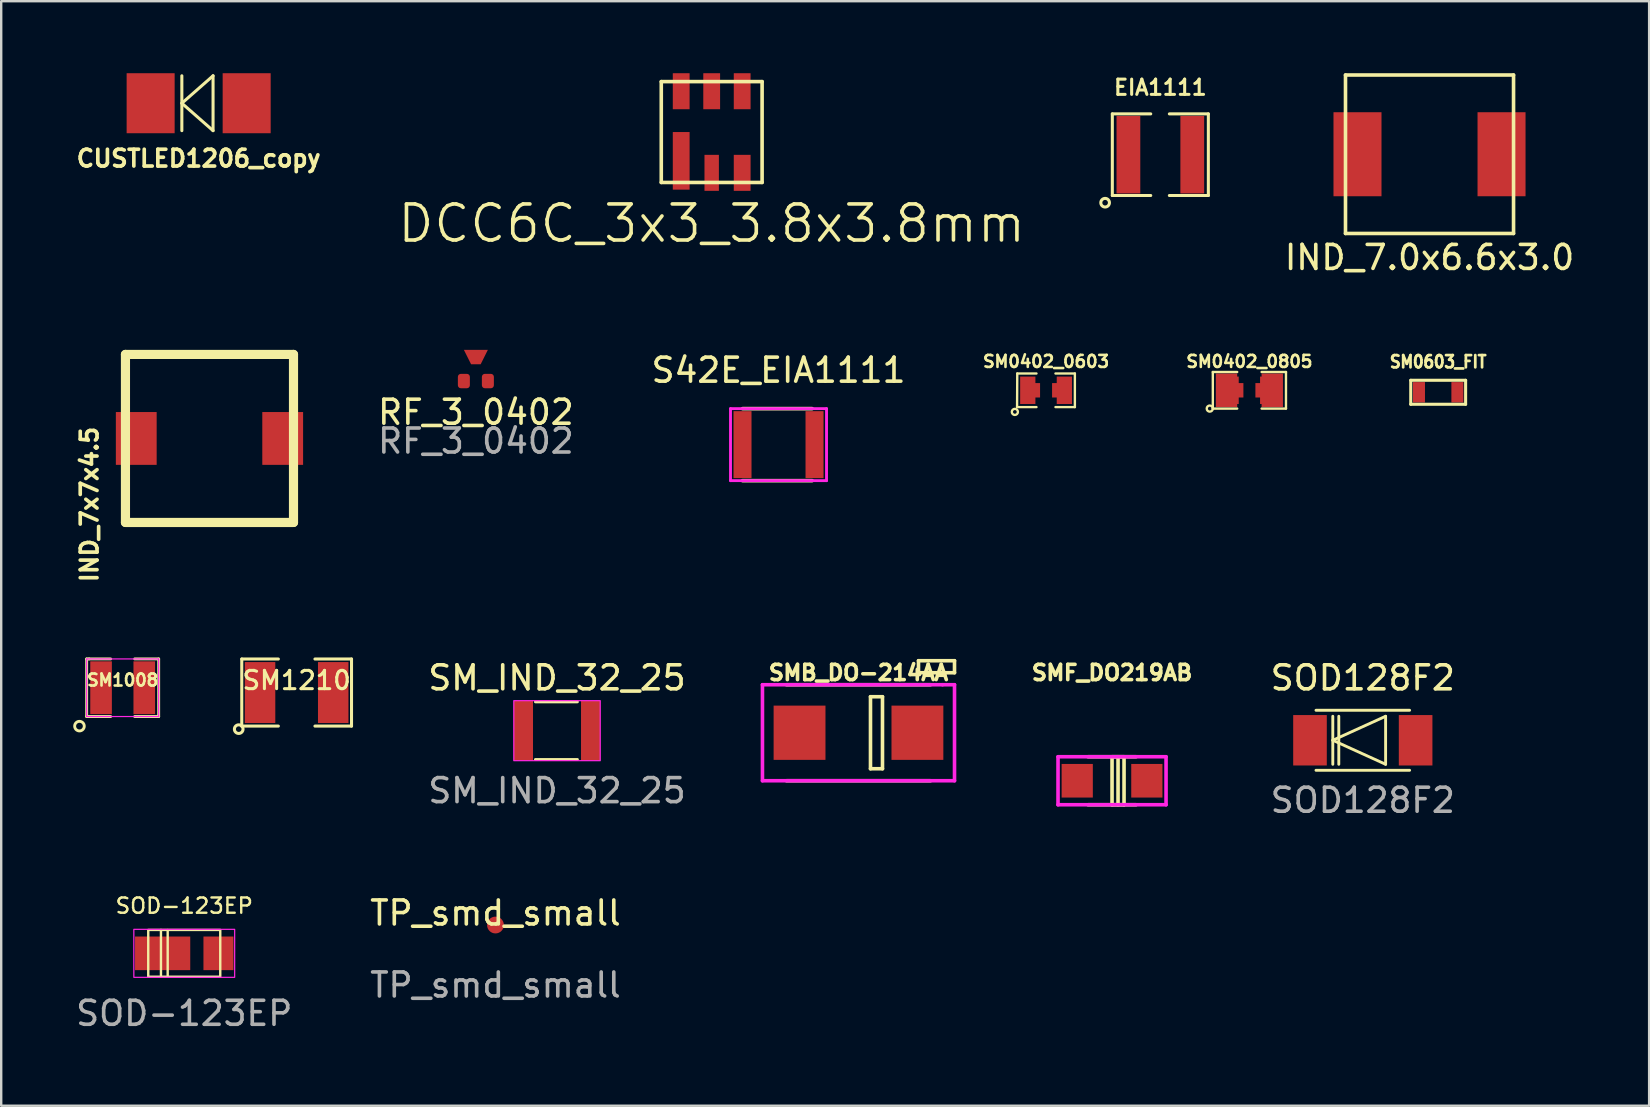
<source format=kicad_pcb>
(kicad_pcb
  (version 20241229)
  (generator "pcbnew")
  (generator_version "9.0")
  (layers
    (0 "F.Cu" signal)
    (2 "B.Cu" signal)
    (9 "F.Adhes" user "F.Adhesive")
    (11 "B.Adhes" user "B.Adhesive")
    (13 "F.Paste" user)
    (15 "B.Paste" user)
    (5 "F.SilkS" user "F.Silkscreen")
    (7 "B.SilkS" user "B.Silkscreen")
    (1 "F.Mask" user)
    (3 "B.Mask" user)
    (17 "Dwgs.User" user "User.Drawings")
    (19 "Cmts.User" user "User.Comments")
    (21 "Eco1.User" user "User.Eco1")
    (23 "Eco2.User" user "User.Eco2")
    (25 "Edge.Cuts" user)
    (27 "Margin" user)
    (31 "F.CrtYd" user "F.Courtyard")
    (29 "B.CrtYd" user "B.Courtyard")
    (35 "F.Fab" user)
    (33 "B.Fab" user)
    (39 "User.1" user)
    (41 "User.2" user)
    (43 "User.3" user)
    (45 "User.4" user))
  (footprint "EIA1111"
    (layer "F.Cu")
    (at 45.285 3.394)
    (property "Reference" "EIA1111" (at 0 -2.8 0) (layer "F.SilkS") (effects (font (size 0.635 0.635) (thickness 0.127))))
    (attr smd)
    (fp_line (start -2 -1.7) (end -2 1.7) (stroke (width 0.127) (type solid)) (layer "F.SilkS"))
    (fp_line (start -2 1.7) (end -0.4 1.7) (stroke (width 0.127) (type solid)) (layer "F.SilkS"))
    (fp_line (start -0.4 -1.7) (end -2 -1.7) (stroke (width 0.127) (type solid)) (layer "F.SilkS"))
    (fp_line (start 0.376 1.7) (end 2 1.7) (stroke (width 0.127) (type solid)) (layer "F.SilkS"))
    (fp_line (start 2 -1.7) (end 0.376 -1.7) (stroke (width 0.127) (type solid)) (layer "F.SilkS"))
    (fp_line (start 2 1.7) (end 2 -1.7) (stroke (width 0.127) (type solid)) (layer "F.SilkS"))
    (fp_circle (center -2.3 2) (end -2.173 1.873) (stroke (width 0.127) (type solid)) (fill no) (layer "F.SilkS"))
    (pad "1" smd rect (at -1.33 0) (size 0.99 3.23) (layers "F.Cu" "F.Mask" "F.Paste"))
    (pad "2" smd rect (at 1.33 0) (size 0.99 3.23) (layers "F.Cu" "F.Mask" "F.Paste")))
  (footprint "IND_7x7x4.5"
    (layer "F.Cu")
    (at 5.676 15.214)
    (property "Reference" "IND_7x7x4.5" (at -5 2.75 90) (layer "F.SilkS") (effects (font (size 0.7 0.7) (thickness 0.152))))
    (attr through_hole)
    (fp_line (start -3.5 -3.5) (end 3.5 -3.5) (stroke (width 0.381) (type solid)) (layer "F.SilkS"))
    (fp_line (start -3.5 3.5) (end -3.5 -3.5) (stroke (width 0.381) (type solid)) (layer "F.SilkS"))
    (fp_line (start 3.5 -3.5) (end 3.5 3.5) (stroke (width 0.381) (type solid)) (layer "F.SilkS"))
    (fp_line (start 3.5 3.5) (end -3.5 3.5) (stroke (width 0.381) (type solid)) (layer "F.SilkS"))
    (pad "1" smd rect (at -3.05 0) (size 1.7 2.2) (layers "F.Cu" "F.Mask" "F.Paste"))
    (pad "2" smd rect (at 3.05 0) (size 1.7 2.2) (layers "F.Cu" "F.Mask" "F.Paste")))
  (footprint "SM1210"
    (layer "F.Cu")
    (at 9.307 25.799)
    (property "Reference" "SM1210" (at 0 -0.508 0) (layer "F.SilkS") (effects (font (size 0.762 0.762) (thickness 0.127))))
    (attr smd)
    (fp_line (start -2.286 -1.397) (end -2.286 1.397) (stroke (width 0.127) (type solid)) (layer "F.SilkS"))
    (fp_line (start -2.286 1.397) (end -0.762 1.397) (stroke (width 0.127) (type solid)) (layer "F.SilkS"))
    (fp_line (start -0.762 -1.397) (end -2.286 -1.397) (stroke (width 0.127) (type solid)) (layer "F.SilkS"))
    (fp_line (start 0.762 1.397) (end 2.286 1.397) (stroke (width 0.127) (type solid)) (layer "F.SilkS"))
    (fp_line (start 2.286 -1.397) (end 0.762 -1.397) (stroke (width 0.127) (type solid)) (layer "F.SilkS"))
    (fp_line (start 2.286 1.397) (end 2.286 -1.397) (stroke (width 0.127) (type solid)) (layer "F.SilkS"))
    (fp_circle (center -2.413 1.524) (end -2.286 1.397) (stroke (width 0.127) (type solid)) (fill no) (layer "F.SilkS"))
    (pad "1" smd rect (at -1.524 0) (size 1.27 2.54) (layers "F.Cu" "F.Mask" "F.Paste"))
    (pad "2" smd rect (at 1.524 0) (size 1.27 2.54) (layers "F.Cu" "F.Mask" "F.Paste")))
  (footprint "SOD−123EP"
    (layer "F.Cu")
    (at 4.625 36.662)
    (property "Reference" "SOD−123EP" (at 0 -1.98 0) (unlocked yes) (layer "F.SilkS") (effects (font (size 0.635 0.635) (thickness 0.1))))
    (attr smd)
    (fp_line (start -0.97 -0.975) (end -0.97 0.96) (stroke (width 0.1) (type default)) (layer "F.SilkS"))
    (fp_line (start -0.69 -0.97) (end -0.69 0.97) (stroke (width 0.1) (type default)) (layer "F.SilkS"))
    (fp_rect (start -1.5 -0.975) (end 1.5 0.975) (stroke (width 0.1) (type solid)) (fill no) (layer "F.SilkS"))
    (fp_rect (start -2.1 -1) (end 2.1 1) (stroke (width 0.05) (type solid)) (fill no) (layer "F.CrtYd"))
    (fp_text user "${REFERENCE}" (at 0 2.5 0) (unlocked yes) (layer "F.Fab") (effects (font (size 1 1) (thickness 0.15))))
    (pad "A" smd rect (at 1.425 0) (size 1.25 1.4) (layers "F.Cu" "F.Mask" "F.Paste"))
    (pad "K" smd rect (at -0.9 0) (size 2.3 1.4) (layers "F.Cu" "F.Mask" "F.Paste")))
  (footprint "RF_3_0402"
    (layer "F.Cu")
    (at 16.773 12.823)
    (property "Reference" "RF_3_0402" (at 0 1.3 0) (unlocked yes) (layer "F.SilkS") (effects (font (size 1 1) (thickness 0.15))))
    (attr smd)
    (fp_text user "${REFERENCE}" (at 0 2.5 0) (unlocked yes) (layer "F.Fab") (effects (font (size 1 1) (thickness 0.15))))
    (pad "1" smd roundrect (at -0.5 0) (size 0.5 0.6) (layers "F.Cu" "F.Mask" "F.Paste") (roundrect_rratio 0.25))
    (pad "2" smd roundrect (at 0.5 0) (size 0.5 0.6) (layers "F.Cu" "F.Mask" "F.Paste") (roundrect_rratio 0.25))
    (pad "3" smd trapezoid (at 0 -1) (size 0.7 0.6) (rect_delta 0 -0.3) (layers "F.Cu" "F.Mask" "F.Paste")))
  (footprint "SM1008"
    (layer "F.Cu")
    (at 2.06 25.598)
    (property "Reference" "SM1008" (at 0 -0.318 0) (layer "F.SilkS") (effects (font (size 0.5 0.5) (thickness 0.109))))
    (attr smd)
    (fp_line (start -1.5 -1.2) (end -1.5 1.2) (stroke (width 0.12) (type solid)) (layer "F.SilkS"))
    (fp_line (start -1.5 1.2) (end -0.5 1.2) (stroke (width 0.12) (type solid)) (layer "F.SilkS"))
    (fp_line (start -1.4 -1.2) (end -1.5 -1.2) (stroke (width 0.12) (type solid)) (layer "F.SilkS"))
    (fp_line (start -0.5 -1.2) (end -1.4 -1.2) (stroke (width 0.12) (type solid)) (layer "F.SilkS"))
    (fp_line (start 0.5 -1.2) (end 1.5 -1.2) (stroke (width 0.12) (type solid)) (layer "F.SilkS"))
    (fp_line (start 0.5 1.2) (end 1.5 1.2) (stroke (width 0.12) (type solid)) (layer "F.SilkS"))
    (fp_line (start 1.5 -1.2) (end 1.5 1.2) (stroke (width 0.12) (type solid)) (layer "F.SilkS"))
    (fp_circle (center -1.8 1.6) (end -1.6 1.6) (stroke (width 0.12) (type solid)) (fill no) (layer "F.SilkS"))
    (fp_line (start -1.5 -1.2) (end 1.5 -1.2) (stroke (width 0.05) (type solid)) (layer "F.CrtYd"))
    (fp_line (start -1.5 1.2) (end -1.5 -1.2) (stroke (width 0.05) (type solid)) (layer "F.CrtYd"))
    (fp_line (start 1.5 -1.2) (end 1.5 1.2) (stroke (width 0.05) (type solid)) (layer "F.CrtYd"))
    (fp_line (start 1.5 1.2) (end -1.5 1.2) (stroke (width 0.05) (type solid)) (layer "F.CrtYd"))
    (pad "1" smd rect (at -0.9 0) (size 0.9 2.2) (layers "F.Cu" "F.Mask" "F.Paste"))
    (pad "2" smd rect (at 0.9 0) (size 0.9 2.2) (layers "F.Cu" "F.Mask" "F.Paste")))
  (footprint "SM0402_0603"
    (layer "F.Cu")
    (at 40.525 13.208)
    (property "Reference" "SM0402_0603" (at 0 -1.2 0) (layer "F.SilkS") (effects (font (size 0.5 0.5) (thickness 0.109))))
    (attr smd)
    (fp_line (start -1.208 0.7) (end -1.2 -0.7) (stroke (width 0.099) (type solid)) (layer "F.SilkS"))
    (fp_line (start -1.2 -0.7) (end -0.4 -0.7) (stroke (width 0.099) (type solid)) (layer "F.SilkS"))
    (fp_line (start -0.4 0.7) (end -1.208 0.7) (stroke (width 0.099) (type solid)) (layer "F.SilkS"))
    (fp_line (start 0.392 -0.7) (end 1.2 -0.7) (stroke (width 0.099) (type solid)) (layer "F.SilkS"))
    (fp_line (start 1.2 -0.7) (end 1.2 0.7) (stroke (width 0.099) (type solid)) (layer "F.SilkS"))
    (fp_line (start 1.2 0.7) (end 0.392 0.7) (stroke (width 0.099) (type solid)) (layer "F.SilkS"))
    (fp_circle (center -1.3 0.9) (end -1.3 0.773) (stroke (width 0.099) (type solid)) (fill no) (layer "F.SilkS"))
    (pad "1" smd rect (at -0.762 0) (size 0.635 1.143) (layers "F.Cu" "F.Mask" "F.Paste"))
    (pad "1" smd rect (at -0.5 0) (size 0.5 0.6) (layers "F.Cu" "F.Mask" "F.Paste"))
    (pad "2" smd rect (at 0.5 0) (size 0.5 0.6) (layers "F.Cu" "F.Mask" "F.Paste"))
    (pad "2" smd rect (at 0.762 0) (size 0.635 1.143) (layers "F.Cu" "F.Mask" "F.Paste")))
  (footprint "SOD128F2"
    (layer "F.Cu")
    (at 53.719 27.787)
    (property "Reference" "SOD128F2" (at 0 -2.6 0) (unlocked yes) (layer "F.SilkS") (effects (font (size 1 1) (thickness 0.15))))
    (attr smd)
    (fp_line (start -1.95 -1.25) (end 1.95 -1.25) (stroke (width 0.12) (type default)) (layer "F.SilkS"))
    (fp_line (start -1.95 1.25) (end 1.95 1.25) (stroke (width 0.12) (type default)) (layer "F.SilkS"))
    (fp_line (start -1.25 -1) (end -1.25 1) (stroke (width 0.12) (type default)) (layer "F.SilkS"))
    (fp_line (start -1.25 0) (end 0.95 -1) (stroke (width 0.12) (type default)) (layer "F.SilkS"))
    (fp_line (start -1 -1) (end -1 1) (stroke (width 0.12) (type default)) (layer "F.SilkS"))
    (fp_line (start 0.95 -1) (end 0.95 1) (stroke (width 0.12) (type default)) (layer "F.SilkS"))
    (fp_line (start 0.95 1) (end -1.25 0) (stroke (width 0.12) (type default)) (layer "F.SilkS"))
    (fp_text user "${REFERENCE}" (at 0 2.5 0) (unlocked yes) (layer "F.Fab") (effects (font (size 1 1) (thickness 0.15))))
    (pad "A" smd rect (at 2.2 0) (size 1.4 2.1) (layers "F.Cu" "F.Mask" "F.Paste"))
    (pad "K" smd rect (at -2.2 0) (size 1.4 2.1) (layers "F.Cu" "F.Mask" "F.Paste")))
  (footprint "DCC6C_3x3_3.8x3.8mm"
    (layer "F.Cu")
    (at 26.596 2.45)
    (property "Reference" "DCC6C_3x3_3.8x3.8mm" (at 0 3.81 0) (layer "F.SilkS") (effects (font (size 1.5 1.5) (thickness 0.15))))
    (attr through_hole)
    (fp_line (start -2.1 -2.1) (end 2.1 -2.1) (stroke (width 0.15) (type solid)) (layer "F.SilkS"))
    (fp_line (start -2.1 2.1) (end -2.1 -2.1) (stroke (width 0.15) (type solid)) (layer "F.SilkS"))
    (fp_line (start 2.1 -2.1) (end 2.1 2.1) (stroke (width 0.15) (type solid)) (layer "F.SilkS"))
    (fp_line (start 2.1 2.1) (end -2.1 2.1) (stroke (width 0.15) (type solid)) (layer "F.SilkS"))
    (pad "1" smd rect (at -1.27 1.2) (size 0.7 2.4) (layers "F.Cu" "F.Mask" "F.Paste"))
    (pad "2" smd rect (at 0 1.7) (size 0.6 1.5) (layers "F.Cu" "F.Mask" "F.Paste"))
    (pad "3" smd rect (at 1.27 1.7) (size 0.7 1.5) (layers "F.Cu" "F.Mask" "F.Paste"))
    (pad "4" smd rect (at 1.27 -1.7) (size 0.7 1.5) (layers "F.Cu" "F.Mask" "F.Paste"))
    (pad "5" smd rect (at 0 -1.7) (size 0.7 1.5) (layers "F.Cu" "F.Mask" "F.Paste"))
    (pad "6" smd rect (at -1.27 -1.7) (size 0.7 1.5) (layers "F.Cu" "F.Mask" "F.Paste")))
  (footprint "IND_7.0x6.6x3.0"
    (layer "F.Cu")
    (at 56.498 3.375)
    (property "Reference" "IND_7.0x6.6x3.0" (at 0 4.3 0) (layer "F.SilkS") (effects (font (size 1 1) (thickness 0.15))))
    (attr through_hole)
    (fp_line (start -3.5 -3.3) (end -3.5 3.3) (stroke (width 0.15) (type solid)) (layer "F.SilkS"))
    (fp_line (start -3.5 -3.3) (end 3.5 -3.3) (stroke (width 0.15) (type solid)) (layer "F.SilkS"))
    (fp_line (start -3.5 3.3) (end 3.5 3.3) (stroke (width 0.15) (type solid)) (layer "F.SilkS"))
    (fp_line (start 3.5 -3.3) (end 3.5 3.3) (stroke (width 0.15) (type solid)) (layer "F.SilkS"))
    (pad "1" smd rect (at -3 0) (size 2 3.5) (layers "F.Cu" "F.Mask" "F.Paste"))
    (pad "2" smd rect (at 3 0) (size 2 3.5) (layers "F.Cu" "F.Mask" "F.Paste")))
  (footprint "CUSTLED1206_copy"
    (layer "F.Cu")
    (at 5.225 1.25)
    (property "Reference" "CUSTLED1206_copy" (at 0 2.3 180) (layer "F.SilkS") (effects (font (size 0.7 0.7) (thickness 0.152))))
    (attr smd)
    (fp_line (start -0.7 -1.143) (end -0.7 1.143) (stroke (width 0.127) (type solid)) (layer "F.SilkS"))
    (fp_line (start -0.7 0) (end 0.6 -1.143) (stroke (width 0.127) (type solid)) (layer "F.SilkS"))
    (fp_line (start 0.6 -1.143) (end 0.6 1.143) (stroke (width 0.127) (type solid)) (layer "F.SilkS"))
    (fp_line (start 0.6 1.143) (end -0.7 0) (stroke (width 0.127) (type solid)) (layer "F.SilkS"))
    (pad "1" smd rect (at -2 0) (size 2 2.5) (layers "F.Cu" "F.Mask" "F.Paste"))
    (pad "2" smd rect (at 2 0) (size 2 2.5) (layers "F.Cu" "F.Mask" "F.Paste")))
  (footprint "TP_smd_small"
    (layer "F.Cu")
    (at 17.589 35.483)
    (property "Reference" "TP_smd_small" (at 0 -0.5 0) (unlocked yes) (layer "F.SilkS") (effects (font (size 1 1) (thickness 0.15))))
    (attr smd)
    (fp_text user "${REFERENCE}" (at 0 2.5 0) (unlocked yes) (layer "F.Fab") (effects (font (size 1 1) (thickness 0.15))))
    (pad "1" smd circle (at 0 0) (size 0.7 0.7) (layers "F.Cu" "F.Mask" "F.Paste")))
  (footprint "SMF_DO219AB"
    (layer "F.Cu")
    (at 43.273 29.473)
    (property "Reference" "SMF_DO219AB" (at 0 -4.5 0) (layer "F.SilkS") (effects (font (size 0.635 0.635) (thickness 0.15))))
    (attr through_hole)
    (fp_line (start -1 -1) (end 1 -1) (stroke (width 0.15) (type solid)) (layer "F.SilkS"))
    (fp_line (start -1 1) (end 1 1) (stroke (width 0.15) (type solid)) (layer "F.SilkS"))
    (fp_line (start 0 -1) (end 0.5 -1) (stroke (width 0.15) (type solid)) (layer "F.SilkS"))
    (fp_line (start 0 1) (end 0 -1) (stroke (width 0.15) (type solid)) (layer "F.SilkS"))
    (fp_line (start 0.25 -1) (end 0.25 1) (stroke (width 0.15) (type solid)) (layer "F.SilkS"))
    (fp_line (start 0.5 -1) (end 0.5 1) (stroke (width 0.15) (type solid)) (layer "F.SilkS"))
    (fp_line (start 0.5 1) (end 0 1) (stroke (width 0.15) (type solid)) (layer "F.SilkS"))
    (fp_line (start -2.25 -1) (end 2.25 -1) (stroke (width 0.15) (type solid)) (layer "F.CrtYd"))
    (fp_line (start -2.25 1) (end -2.25 -1) (stroke (width 0.15) (type solid)) (layer "F.CrtYd"))
    (fp_line (start 2.25 -1) (end 2.25 1) (stroke (width 0.15) (type solid)) (layer "F.CrtYd"))
    (fp_line (start 2.25 1) (end -2.25 1) (stroke (width 0.15) (type solid)) (layer "F.CrtYd"))
    (pad "A" smd rect (at -1.45 0) (size 1.3 1.4) (layers "F.Cu" "F.Mask" "F.Paste"))
    (pad "K" smd rect (at 1.45 0) (size 1.3 1.4) (layers "F.Cu" "F.Mask" "F.Paste")))
  (footprint "SM0603_FIT"
    (layer "F.Cu")
    (at 56.859 13.291)
    (property "Reference" "SM0603_FIT" (at 0 -1.27 0) (layer "F.SilkS") (effects (font (size 0.508 0.457) (thickness 0.114))))
    (attr smd)
    (fp_line (start -1.143 -0.5) (end 1.143 -0.5) (stroke (width 0.127) (type solid)) (layer "F.SilkS"))
    (fp_line (start -1.143 0.5) (end -1.143 -0.5) (stroke (width 0.127) (type solid)) (layer "F.SilkS"))
    (fp_line (start 1.143 -0.5) (end 1.143 0.5) (stroke (width 0.127) (type solid)) (layer "F.SilkS"))
    (fp_line (start 1.143 0.5) (end -1.143 0.5) (stroke (width 0.127) (type solid)) (layer "F.SilkS"))
    (pad "1" smd rect (at -0.8 0) (size 0.5 0.85) (layers "F.Cu" "F.Mask" "F.Paste"))
    (pad "2" smd rect (at 0.8 0) (size 0.5 0.85) (layers "F.Cu" "F.Mask" "F.Paste")))
  (footprint "SM_IND_32_25"
    (layer "F.Cu")
    (at 20.153 27.387)
    (property "Reference" "SM_IND_32_25" (at 0 -2.2 0) (unlocked yes) (layer "F.SilkS") (effects (font (size 1 1) (thickness 0.15))))
    (attr smd)
    (fp_line (start -0.9 -1.2) (end 0.85 -1.2) (stroke (width 0.12) (type default)) (layer "F.SilkS"))
    (fp_line (start -0.9 1.2) (end 0.85 1.2) (stroke (width 0.12) (type default)) (layer "F.SilkS"))
    (fp_rect (start -1.8 -1.25) (end 1.8 1.25) (stroke (width 0.05) (type default)) (fill no) (layer "F.CrtYd"))
    (fp_text user "${REFERENCE}" (at 0 2.5 0) (unlocked yes) (layer "F.Fab") (effects (font (size 1 1) (thickness 0.15))))
    (pad "1" smd rect (at -1.4 0) (size 0.8 2.5) (layers "F.Cu" "F.Mask" "F.Paste"))
    (pad "2" smd rect (at 1.4 0) (size 0.8 2.5) (layers "F.Cu" "F.Mask" "F.Paste")))
  (footprint "S42E_EIA1111"
    (layer "F.Cu")
    (at 29.38 15.472)
    (property "Reference" "S42E_EIA1111" (at 0 -3.1 0) (layer "F.SilkS") (effects (font (size 1 1) (thickness 0.15))))
    (attr through_hole)
    (fp_line (start -1.5 -1.5) (end 1.4 -1.5) (stroke (width 0.15) (type solid)) (layer "F.SilkS"))
    (fp_line (start -1.5 1.5) (end 1.4 1.5) (stroke (width 0.15) (type solid)) (layer "F.SilkS"))
    (fp_line (start -2 -1.5) (end 2 -1.5) (stroke (width 0.12) (type solid)) (layer "F.CrtYd"))
    (fp_line (start -2 1.5) (end -2 -1.5) (stroke (width 0.12) (type solid)) (layer "F.CrtYd"))
    (fp_line (start 2 -1.5) (end 2 1.5) (stroke (width 0.12) (type solid)) (layer "F.CrtYd"))
    (fp_line (start 2 1.5) (end -2 1.5) (stroke (width 0.12) (type solid)) (layer "F.CrtYd"))
    (pad "1" smd rect (at -1.5 0) (size 0.75 2.79) (layers "F.Cu" "F.Mask" "F.Paste"))
    (pad "2" smd rect (at 1.5 0) (size 0.75 2.79) (layers "F.Cu" "F.Mask" "F.Paste")))
  (footprint "SMB_DO-214AA"
    (layer "F.Cu")
    (at 32.711 27.473)
    (property "Reference" "SMB_DO-214AA" (at 0 -2.5 0) (layer "F.SilkS") (effects (font (size 0.635 0.635) (thickness 0.15))))
    (attr through_hole)
    (fp_line (start -3 -2) (end 3 -2) (stroke (width 0.15) (type solid)) (layer "F.SilkS"))
    (fp_line (start 0.5 -1.5) (end 1 -1.5) (stroke (width 0.15) (type solid)) (layer "F.SilkS"))
    (fp_line (start 0.5 1.5) (end 0.5 -1.5) (stroke (width 0.15) (type solid)) (layer "F.SilkS"))
    (fp_line (start 1 -1.5) (end 1 1.5) (stroke (width 0.15) (type solid)) (layer "F.SilkS"))
    (fp_line (start 1 1.5) (end 0.5 1.5) (stroke (width 0.15) (type solid)) (layer "F.SilkS"))
    (fp_line (start 2.5 -3) (end 4 -3) (stroke (width 0.15) (type solid)) (layer "F.SilkS"))
    (fp_line (start 2.5 -2.5) (end 2.5 -3) (stroke (width 0.15) (type solid)) (layer "F.SilkS"))
    (fp_line (start 3 2) (end -3 2) (stroke (width 0.15) (type solid)) (layer "F.SilkS"))
    (fp_line (start 4 -3) (end 4 -2.5) (stroke (width 0.15) (type solid)) (layer "F.SilkS"))
    (fp_line (start 4 -2.5) (end 2.5 -2.5) (stroke (width 0.15) (type solid)) (layer "F.SilkS"))
    (fp_line (start -4 -2) (end 3.5 -2) (stroke (width 0.15) (type solid)) (layer "F.CrtYd"))
    (fp_line (start -4 2) (end -4 -2) (stroke (width 0.15) (type solid)) (layer "F.CrtYd"))
    (fp_line (start 3.5 -2) (end 4 -2) (stroke (width 0.15) (type solid)) (layer "F.CrtYd"))
    (fp_line (start 4 -2) (end 4 2) (stroke (width 0.15) (type solid)) (layer "F.CrtYd"))
    (fp_line (start 4 2) (end -4 2) (stroke (width 0.15) (type solid)) (layer "F.CrtYd"))
    (pad "A" smd rect (at -2.455 0) (size 2.16 2.26) (layers "F.Cu" "F.Mask" "F.Paste"))
    (pad "K" smd rect (at 2.455 0) (size 2.16 2.26) (layers "F.Cu" "F.Mask" "F.Paste")))
  (footprint "SM0402_0805"
    (layer "F.Cu")
    (at 48.995 13.208)
    (property "Reference" "SM0402_0805" (at 0 -1.2 0) (layer "F.SilkS") (effects (font (size 0.5 0.5) (thickness 0.109))))
    (attr smd)
    (fp_line (start -1.524 -0.762) (end -0.508 -0.762) (stroke (width 0.099) (type solid)) (layer "F.SilkS"))
    (fp_line (start -1.524 0.762) (end -1.524 -0.762) (stroke (width 0.099) (type solid)) (layer "F.SilkS"))
    (fp_line (start -0.508 0.762) (end -1.524 0.762) (stroke (width 0.099) (type solid)) (layer "F.SilkS"))
    (fp_line (start 0.508 -0.762) (end 1.524 -0.762) (stroke (width 0.099) (type solid)) (layer "F.SilkS"))
    (fp_line (start 1.524 -0.762) (end 1.524 0.762) (stroke (width 0.099) (type solid)) (layer "F.SilkS"))
    (fp_line (start 1.524 0.762) (end 0.508 0.762) (stroke (width 0.099) (type solid)) (layer "F.SilkS"))
    (fp_circle (center -1.651 0.762) (end -1.651 0.635) (stroke (width 0.099) (type solid)) (fill no) (layer "F.SilkS"))
    (pad "1" smd rect (at -0.953 0) (size 0.889 1.397) (layers "F.Cu" "F.Mask" "F.Paste"))
    (pad "1" smd rect (at -0.762 0) (size 0.635 1.143) (layers "F.Cu" "F.Mask" "F.Paste"))
    (pad "1" smd rect (at -0.5 0) (size 0.5 0.6) (layers "F.Cu" "F.Mask" "F.Paste"))
    (pad "2" smd rect (at 0.5 0) (size 0.5 0.6) (layers "F.Cu" "F.Mask" "F.Paste"))
    (pad "2" smd rect (at 0.762 0) (size 0.635 1.143) (layers "F.Cu" "F.Mask" "F.Paste"))
    (pad "2" smd rect (at 0.953 0) (size 0.889 1.397) (layers "F.Cu" "F.Mask" "F.Paste")))
  (gr_rect
    (start -3 -3)
    (end 65.646 43.01)
    (stroke (width 0.1) (type default))
    (fill no)
    (layer "Edge.Cuts")))
</source>
